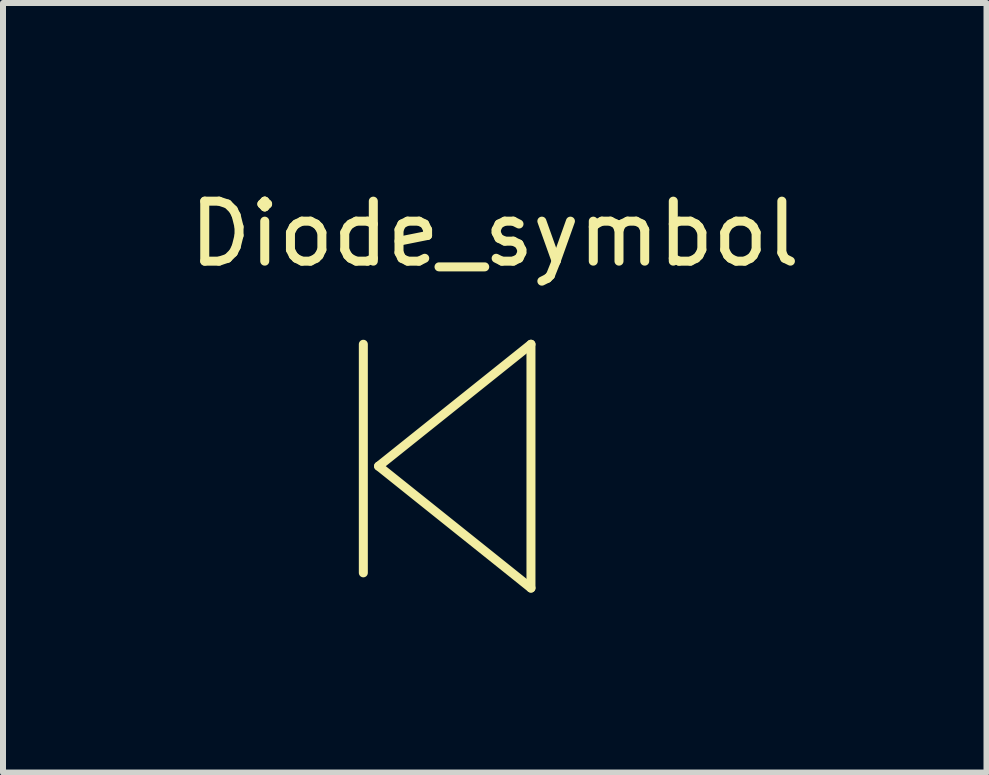
<source format=kicad_pcb>
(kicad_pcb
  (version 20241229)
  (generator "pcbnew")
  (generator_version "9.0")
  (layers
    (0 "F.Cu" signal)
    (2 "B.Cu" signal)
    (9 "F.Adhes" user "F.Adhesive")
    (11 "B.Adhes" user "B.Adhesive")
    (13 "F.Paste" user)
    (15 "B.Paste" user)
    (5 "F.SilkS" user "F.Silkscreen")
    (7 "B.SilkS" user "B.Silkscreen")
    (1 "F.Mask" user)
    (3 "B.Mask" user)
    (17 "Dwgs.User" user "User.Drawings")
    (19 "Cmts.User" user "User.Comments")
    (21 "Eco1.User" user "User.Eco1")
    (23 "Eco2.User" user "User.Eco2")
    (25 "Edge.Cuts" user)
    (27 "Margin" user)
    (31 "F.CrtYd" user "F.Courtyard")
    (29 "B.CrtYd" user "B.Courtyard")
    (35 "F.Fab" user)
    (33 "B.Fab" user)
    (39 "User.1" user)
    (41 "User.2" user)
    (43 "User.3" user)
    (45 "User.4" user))
  (footprint "Diode_symbol"
    (layer "F.Cu")
    (at 4.696 4.848)
    (property "Reference" "Diode_symbol" (at 0.5 -4 0) (layer "F.SilkS") (effects (font (size 1 1) (thickness 0.15))))
    (attr through_hole)
    (fp_line (start -1.69 -2.16) (end -1.69 1.65) (stroke (width 0.15) (type solid)) (layer "F.SilkS"))
    (fp_line (start -1.436 -0.128) (end 1.104 -2.16) (stroke (width 0.15) (type solid)) (layer "F.SilkS"))
    (fp_line (start 1.104 -2.16) (end 1.104 1.904) (stroke (width 0.15) (type solid)) (layer "F.SilkS"))
    (fp_line (start 1.104 1.904) (end -1.436 -0.128) (stroke (width 0.15) (type solid)) (layer "F.SilkS")))
  (gr_rect
    (start -3 -3)
    (end 13.393 9.827)
    (stroke (width 0.1) (type default))
    (fill no)
    (layer "Edge.Cuts")))
</source>
